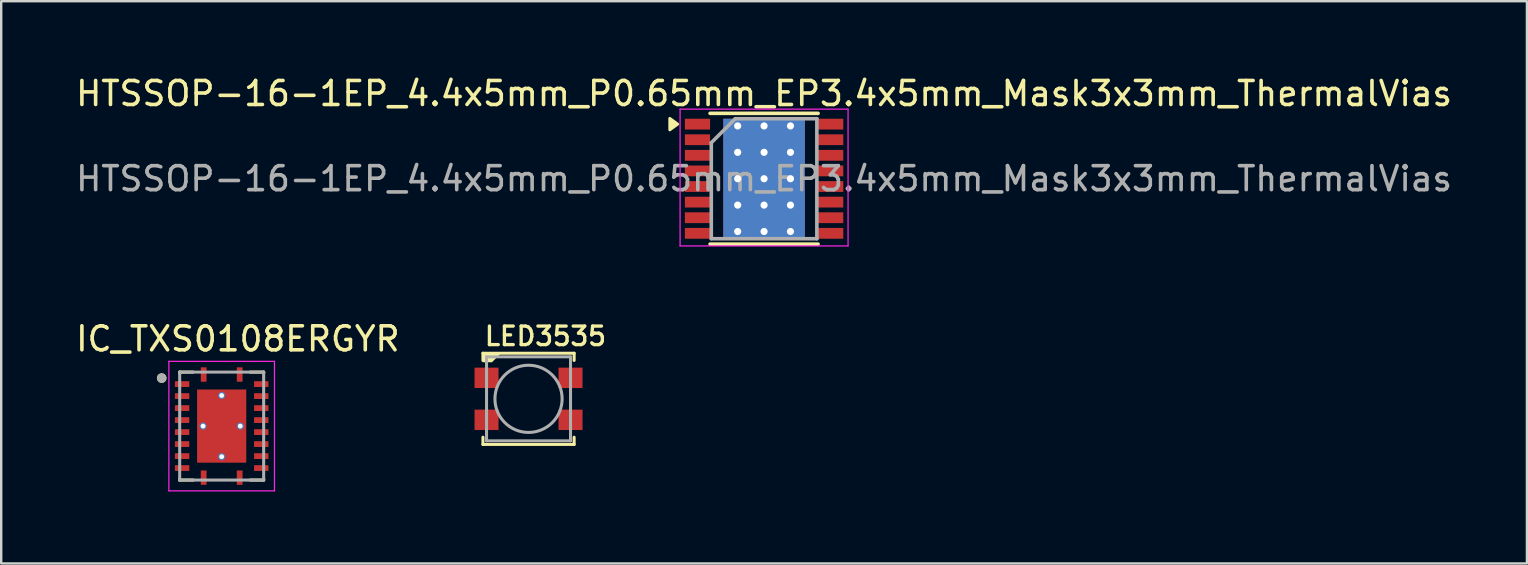
<source format=kicad_pcb>
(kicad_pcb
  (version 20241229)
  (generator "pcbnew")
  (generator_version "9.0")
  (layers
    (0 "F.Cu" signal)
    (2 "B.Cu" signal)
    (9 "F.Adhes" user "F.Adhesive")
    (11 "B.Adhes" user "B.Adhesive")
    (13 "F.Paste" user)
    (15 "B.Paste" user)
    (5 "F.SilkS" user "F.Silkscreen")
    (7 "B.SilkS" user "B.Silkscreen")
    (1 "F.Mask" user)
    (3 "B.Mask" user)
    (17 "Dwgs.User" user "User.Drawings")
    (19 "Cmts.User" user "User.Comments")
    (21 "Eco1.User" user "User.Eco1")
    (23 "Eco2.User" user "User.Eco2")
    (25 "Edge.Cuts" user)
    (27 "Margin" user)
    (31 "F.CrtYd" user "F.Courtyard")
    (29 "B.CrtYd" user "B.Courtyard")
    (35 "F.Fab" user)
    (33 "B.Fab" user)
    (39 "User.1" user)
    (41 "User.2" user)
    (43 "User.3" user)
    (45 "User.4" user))
  (footprint "HTSSOP-16-1EP_4.4x5mm_P0.65mm_EP3.4x5mm_Mask3x3mm_ThermalVias"
    (layer "F.Cu")
    (at 28.792 4.398)
    (property "Reference" "HTSSOP-16-1EP_4.4x5mm_P0.65mm_EP3.4x5mm_Mask3x3mm_ThermalVias" (at 0 -3.55 0) (layer "F.SilkS") (effects (font (size 1 1) (thickness 0.15))))
    (attr smd)
    (fp_line (start -2.25 -2.725) (end 2.25 -2.725) (stroke (width 0.15) (type solid)) (layer "F.SilkS"))
    (fp_line (start -2.25 2.725) (end 2.25 2.725) (stroke (width 0.15) (type solid)) (layer "F.SilkS"))
    (fp_poly (pts (xy -3.6 -2.275) (xy -3.93 -2.515) (xy -3.93 -2.035) (xy -3.6 -2.275)) (stroke (width 0.12) (type solid)) (fill yes) (layer "F.SilkS"))
    (fp_line (start -3.5 -2.9) (end -3.5 2.8) (stroke (width 0.05) (type solid)) (layer "F.CrtYd"))
    (fp_line (start -3.5 -2.9) (end 3.5 -2.9) (stroke (width 0.05) (type solid)) (layer "F.CrtYd"))
    (fp_line (start -3.5 2.8) (end 3.5 2.8) (stroke (width 0.05) (type solid)) (layer "F.CrtYd"))
    (fp_line (start 3.5 -2.9) (end 3.5 2.8) (stroke (width 0.05) (type solid)) (layer "F.CrtYd"))
    (fp_line (start -2.2 -1.5) (end -1.2 -2.5) (stroke (width 0.15) (type solid)) (layer "F.Fab"))
    (fp_line (start -2.2 2.5) (end -2.2 -1.5) (stroke (width 0.15) (type solid)) (layer "F.Fab"))
    (fp_line (start -1.2 -2.5) (end 2.2 -2.5) (stroke (width 0.15) (type solid)) (layer "F.Fab"))
    (fp_line (start 2.2 -2.5) (end 2.2 2.5) (stroke (width 0.15) (type solid)) (layer "F.Fab"))
    (fp_line (start 2.2 2.5) (end -2.2 2.5) (stroke (width 0.15) (type solid)) (layer "F.Fab"))
    (fp_text user "${REFERENCE}" (at 0 0 0) (layer "F.Fab") (effects (font (size 1 1) (thickness 0.15))))
    (pad "" smd rect (at -1.325 -0.55 90) (size 0.8 0.25) (layers "F.Paste"))
    (pad "" smd rect (at -1.325 0.55 90) (size 0.8 0.25) (layers "F.Paste"))
    (pad "" smd rect (at -0.55 -1.325) (size 0.8 0.25) (layers "F.Paste"))
    (pad "" smd rect (at -0.55 -0.55) (size 0.85 0.8) (layers "F.Paste"))
    (pad "" smd rect (at -0.55 0.55) (size 0.85 0.85) (layers "F.Paste"))
    (pad "" smd rect (at -0.55 1.325) (size 0.8 0.25) (layers "F.Paste"))
    (pad "" smd rect (at 0 0) (size 3 3) (layers "F.Mask"))
    (pad "" smd rect (at 0.55 -1.325) (size 0.8 0.25) (layers "F.Paste"))
    (pad "" smd rect (at 0.55 -0.55) (size 0.85 0.85) (layers "F.Paste"))
    (pad "" smd rect (at 0.55 0.55) (size 0.85 0.85) (layers "F.Paste"))
    (pad "" smd rect (at 0.55 1.325) (size 0.8 0.25) (layers "F.Paste"))
    (pad "" smd rect (at 1.325 -0.55 90) (size 0.8 0.25) (layers "F.Paste"))
    (pad "" smd rect (at 1.325 0.55 90) (size 0.8 0.25) (layers "F.Paste"))
    (pad "1" smd rect (at -2.775 -2.275) (size 1.05 0.45) (layers "F.Cu" "F.Mask" "F.Paste"))
    (pad "2" smd rect (at -2.775 -1.625) (size 1.05 0.45) (layers "F.Cu" "F.Mask" "F.Paste"))
    (pad "3" smd rect (at -2.775 -0.975) (size 1.05 0.45) (layers "F.Cu" "F.Mask" "F.Paste"))
    (pad "4" smd rect (at -2.775 -0.325) (size 1.05 0.45) (layers "F.Cu" "F.Mask" "F.Paste"))
    (pad "5" smd rect (at -2.775 0.325) (size 1.05 0.45) (layers "F.Cu" "F.Mask" "F.Paste"))
    (pad "6" smd rect (at -2.775 0.975) (size 1.05 0.45) (layers "F.Cu" "F.Mask" "F.Paste"))
    (pad "7" smd rect (at -2.775 1.625) (size 1.05 0.45) (layers "F.Cu" "F.Mask" "F.Paste"))
    (pad "8" smd rect (at -2.775 2.275) (size 1.05 0.45) (layers "F.Cu" "F.Mask" "F.Paste"))
    (pad "9" smd rect (at 2.775 2.275) (size 1.05 0.45) (layers "F.Cu" "F.Mask" "F.Paste"))
    (pad "10" smd rect (at 2.775 1.625) (size 1.05 0.45) (layers "F.Cu" "F.Mask" "F.Paste"))
    (pad "11" smd rect (at 2.775 0.975) (size 1.05 0.45) (layers "F.Cu" "F.Mask" "F.Paste"))
    (pad "12" smd rect (at 2.775 0.325) (size 1.05 0.45) (layers "F.Cu" "F.Mask" "F.Paste"))
    (pad "13" smd rect (at 2.775 -0.325) (size 1.05 0.45) (layers "F.Cu" "F.Mask" "F.Paste"))
    (pad "14" smd rect (at 2.775 -0.975) (size 1.05 0.45) (layers "F.Cu" "F.Mask" "F.Paste"))
    (pad "15" smd rect (at 2.775 -1.625) (size 1.05 0.45) (layers "F.Cu" "F.Mask" "F.Paste"))
    (pad "16" smd rect (at 2.775 -2.275) (size 1.05 0.45) (layers "F.Cu" "F.Mask" "F.Paste"))
    (pad "17" thru_hole circle (at -1.1 -2.2) (size 0.6 0.6) (drill 0.3) (property pad_prop_heatsink) (layers "*.Cu"))
    (pad "17" thru_hole circle (at -1.1 -1.1) (size 0.6 0.6) (drill 0.3) (property pad_prop_heatsink) (layers "*.Cu"))
    (pad "17" thru_hole circle (at -1.1 0) (size 0.6 0.6) (drill 0.3) (property pad_prop_heatsink) (layers "*.Cu"))
    (pad "17" thru_hole circle (at -1.1 1.1) (size 0.6 0.6) (drill 0.3) (property pad_prop_heatsink) (layers "*.Cu"))
    (pad "17" thru_hole circle (at -1.1 2.2) (size 0.6 0.6) (drill 0.3) (property pad_prop_heatsink) (layers "*.Cu"))
    (pad "17" thru_hole circle (at 0 -2.2) (size 0.6 0.6) (drill 0.3) (property pad_prop_heatsink) (layers "*.Cu"))
    (pad "17" thru_hole circle (at 0 -1.1) (size 0.6 0.6) (drill 0.3) (property pad_prop_heatsink) (layers "*.Cu"))
    (pad "17" thru_hole circle (at 0 0) (size 0.6 0.6) (drill 0.3) (property pad_prop_heatsink) (layers "*.Cu"))
    (pad "17" smd rect (at 0 0) (size 3.4 5) (layers "F.Cu"))
    (pad "17" smd rect (at 0 0) (size 3.4 5) (layers "B.Cu"))
    (pad "17" thru_hole circle (at 0 1.1) (size 0.6 0.6) (drill 0.3) (property pad_prop_heatsink) (layers "*.Cu"))
    (pad "17" thru_hole circle (at 0 2.2) (size 0.6 0.6) (drill 0.3) (property pad_prop_heatsink) (layers "*.Cu"))
    (pad "17" thru_hole circle (at 1.1 -2.2) (size 0.6 0.6) (drill 0.3) (property pad_prop_heatsink) (layers "*.Cu"))
    (pad "17" thru_hole circle (at 1.1 -1.1) (size 0.6 0.6) (drill 0.3) (property pad_prop_heatsink) (layers "*.Cu"))
    (pad "17" thru_hole circle (at 1.1 0) (size 0.6 0.6) (drill 0.3) (property pad_prop_heatsink) (layers "*.Cu"))
    (pad "17" thru_hole circle (at 1.1 1.1) (size 0.6 0.6) (drill 0.3) (property pad_prop_heatsink) (layers "*.Cu"))
    (pad "17" thru_hole circle (at 1.1 2.2) (size 0.6 0.6) (drill 0.3) (property pad_prop_heatsink) (layers "*.Cu")))
  (footprint "LED3535"
    (layer "F.Cu")
    (at 18.976 13.571)
    (property "Reference" "LED3535" (at -1.905 -2.159 0) (layer "F.SilkS") (effects (font (size 0.772 0.772) (thickness 0.139)) (justify left bottom)))
    (attr through_hole)
    (fp_line (start -1.9 -1.9) (end 1.9 -1.9) (stroke (width 0.127) (type solid)) (layer "F.SilkS"))
    (fp_line (start -1.9 -1.6) (end -1.9 -1.9) (stroke (width 0.127) (type solid)) (layer "F.SilkS"))
    (fp_line (start -1.9 1.6) (end -1.9 1.9) (stroke (width 0.127) (type solid)) (layer "F.SilkS"))
    (fp_line (start -1.9 1.9) (end 1.9 1.9) (stroke (width 0.127) (type solid)) (layer "F.SilkS"))
    (fp_line (start 1.9 -1.9) (end 1.9 -1.6) (stroke (width 0.127) (type solid)) (layer "F.SilkS"))
    (fp_line (start 1.9 1.9) (end 1.9 1.6) (stroke (width 0.127) (type solid)) (layer "F.SilkS"))
    (fp_poly (pts (xy -1.905 -1.905) (xy -1.905 -1.524) (xy -1.524 -1.524) (xy -1.143 -1.905)) (stroke (width 0) (type solid)) (fill yes) (layer "F.SilkS"))
    (fp_line (start -1.75 1.75) (end -1.75 -1.75) (stroke (width 0.127) (type solid)) (layer "F.Fab"))
    (fp_line (start -1.75 -1.75) (end 1.75 -1.75) (stroke (width 0.127) (type solid)) (layer "F.Fab"))
    (fp_line (start 1.75 1.75) (end -1.75 1.75) (stroke (width 0.127) (type solid)) (layer "F.Fab"))
    (fp_line (start 1.75 -1.75) (end 1.75 1.75) (stroke (width 0.127) (type solid)) (layer "F.Fab"))
    (fp_circle (center 0 0) (end 1.4 0) (stroke (width 0.127) (type solid)) (fill no) (layer "F.Fab"))
    (pad "1" smd rect (at -1.75 -0.875 90) (size 0.85 1) (layers "F.Cu" "F.Mask" "F.Paste"))
    (pad "2" smd rect (at -1.75 0.875 90) (size 0.85 1) (layers "F.Cu" "F.Mask" "F.Paste"))
    (pad "3" smd rect (at 1.75 0.875 90) (size 0.85 1) (layers "F.Cu" "F.Mask" "F.Paste"))
    (pad "4" smd rect (at 1.75 -0.875 90) (size 0.85 1) (layers "F.Cu" "F.Mask" "F.Paste")))
  (footprint "IC_TXS0108ERGYR"
    (layer "F.Cu")
    (at 6.188 14.707)
    (property "Reference" "IC_TXS0108ERGYR" (at 0.675 -3.635 0) (layer "F.SilkS") (effects (font (size 1 1) (thickness 0.15))))
    (attr smd)
    (fp_line (start -1.75 -2.25) (end -1.75 -2.2) (stroke (width 0.127) (type solid)) (layer "F.SilkS"))
    (fp_line (start -1.75 -2.25) (end -1.19 -2.25) (stroke (width 0.127) (type solid)) (layer "F.SilkS"))
    (fp_line (start -1.75 2.25) (end -1.75 2.2) (stroke (width 0.127) (type solid)) (layer "F.SilkS"))
    (fp_line (start -1.75 2.25) (end -1.19 2.25) (stroke (width 0.127) (type solid)) (layer "F.SilkS"))
    (fp_line (start 1.75 -2.25) (end 1.19 -2.25) (stroke (width 0.127) (type solid)) (layer "F.SilkS"))
    (fp_line (start 1.75 -2.25) (end 1.75 -2.2) (stroke (width 0.127) (type solid)) (layer "F.SilkS"))
    (fp_line (start 1.75 2.25) (end 1.19 2.25) (stroke (width 0.127) (type solid)) (layer "F.SilkS"))
    (fp_line (start 1.75 2.25) (end 1.75 2.2) (stroke (width 0.127) (type solid)) (layer "F.SilkS"))
    (fp_circle (center -2.5 -2) (end -2.4 -2) (stroke (width 0.2) (type solid)) (fill no) (layer "F.SilkS"))
    (fp_poly (pts (xy -1.02 -1.435) (xy -0.1 -1.435) (xy -0.1 -0.105) (xy -1.02 -0.105)) (stroke (width 0.01) (type solid)) (fill yes) (layer "F.Paste"))
    (fp_poly (pts (xy -1.02 0.105) (xy -0.1 0.105) (xy -0.1 1.435) (xy -1.02 1.435)) (stroke (width 0.01) (type solid)) (fill yes) (layer "F.Paste"))
    (fp_poly (pts (xy 0.1 -1.435) (xy 1.02 -1.435) (xy 1.02 -0.105) (xy 0.1 -0.105)) (stroke (width 0.01) (type solid)) (fill yes) (layer "F.Paste"))
    (fp_poly (pts (xy 0.1 0.105) (xy 1.02 0.105) (xy 1.02 1.435) (xy 0.1 1.435)) (stroke (width 0.01) (type solid)) (fill yes) (layer "F.Paste"))
    (fp_line (start -2.2 -2.7) (end 2.2 -2.7) (stroke (width 0.05) (type solid)) (layer "F.CrtYd"))
    (fp_line (start -2.2 2.7) (end -2.2 -2.7) (stroke (width 0.05) (type solid)) (layer "F.CrtYd"))
    (fp_line (start -2.2 2.7) (end 2.2 2.7) (stroke (width 0.05) (type solid)) (layer "F.CrtYd"))
    (fp_line (start 2.2 2.7) (end 2.2 -2.7) (stroke (width 0.05) (type solid)) (layer "F.CrtYd"))
    (fp_line (start -1.75 2.25) (end -1.75 -2.25) (stroke (width 0.127) (type solid)) (layer "F.Fab"))
    (fp_line (start 1.75 -2.25) (end -1.75 -2.25) (stroke (width 0.127) (type solid)) (layer "F.Fab"))
    (fp_line (start 1.75 2.25) (end -1.75 2.25) (stroke (width 0.127) (type solid)) (layer "F.Fab"))
    (fp_line (start 1.75 2.25) (end 1.75 -2.25) (stroke (width 0.127) (type solid)) (layer "F.Fab"))
    (fp_circle (center -2.5 -2) (end -2.4 -2) (stroke (width 0.2) (type solid)) (fill no) (layer "F.Fab"))
    (pad "1" smd roundrect (at -0.75 -2.15 90) (size 0.6 0.24) (layers "F.Cu" "F.Mask" "F.Paste") (roundrect_rratio 0.05))
    (pad "2" smd roundrect (at -1.65 -1.75) (size 0.6 0.24) (layers "F.Cu" "F.Mask" "F.Paste") (roundrect_rratio 0.05))
    (pad "3" smd roundrect (at -1.65 -1.25) (size 0.6 0.24) (layers "F.Cu" "F.Mask" "F.Paste") (roundrect_rratio 0.05))
    (pad "4" smd roundrect (at -1.65 -0.75) (size 0.6 0.24) (layers "F.Cu" "F.Mask" "F.Paste") (roundrect_rratio 0.05))
    (pad "5" smd roundrect (at -1.65 -0.25) (size 0.6 0.24) (layers "F.Cu" "F.Mask" "F.Paste") (roundrect_rratio 0.05))
    (pad "6" smd roundrect (at -1.65 0.25) (size 0.6 0.24) (layers "F.Cu" "F.Mask" "F.Paste") (roundrect_rratio 0.05))
    (pad "7" smd roundrect (at -1.65 0.75) (size 0.6 0.24) (layers "F.Cu" "F.Mask" "F.Paste") (roundrect_rratio 0.05))
    (pad "8" smd roundrect (at -1.65 1.25) (size 0.6 0.24) (layers "F.Cu" "F.Mask" "F.Paste") (roundrect_rratio 0.05))
    (pad "9" smd roundrect (at -1.65 1.75) (size 0.6 0.24) (layers "F.Cu" "F.Mask" "F.Paste") (roundrect_rratio 0.05))
    (pad "10" smd roundrect (at -0.75 2.15 90) (size 0.6 0.24) (layers "F.Cu" "F.Mask" "F.Paste") (roundrect_rratio 0.05))
    (pad "11" smd roundrect (at 0.75 2.15 90) (size 0.6 0.24) (layers "F.Cu" "F.Mask" "F.Paste") (roundrect_rratio 0.05))
    (pad "12" smd roundrect (at 1.65 1.75) (size 0.6 0.24) (layers "F.Cu" "F.Mask" "F.Paste") (roundrect_rratio 0.05))
    (pad "13" smd roundrect (at 1.65 1.25) (size 0.6 0.24) (layers "F.Cu" "F.Mask" "F.Paste") (roundrect_rratio 0.05))
    (pad "14" smd roundrect (at 1.65 0.75) (size 0.6 0.24) (layers "F.Cu" "F.Mask" "F.Paste") (roundrect_rratio 0.05))
    (pad "15" smd roundrect (at 1.65 0.25) (size 0.6 0.24) (layers "F.Cu" "F.Mask" "F.Paste") (roundrect_rratio 0.05))
    (pad "16" smd roundrect (at 1.65 -0.25) (size 0.6 0.24) (layers "F.Cu" "F.Mask" "F.Paste") (roundrect_rratio 0.05))
    (pad "17" smd roundrect (at 1.65 -0.75) (size 0.6 0.24) (layers "F.Cu" "F.Mask" "F.Paste") (roundrect_rratio 0.05))
    (pad "18" smd roundrect (at 1.65 -1.25) (size 0.6 0.24) (layers "F.Cu" "F.Mask" "F.Paste") (roundrect_rratio 0.05))
    (pad "19" smd roundrect (at 1.65 -1.75) (size 0.6 0.24) (layers "F.Cu" "F.Mask" "F.Paste") (roundrect_rratio 0.05))
    (pad "20" smd roundrect (at 0.75 -2.15 90) (size 0.6 0.24) (layers "F.Cu" "F.Mask" "F.Paste") (roundrect_rratio 0.05))
    (pad "21" smd rect (at 0 0) (size 2.05 3.05) (layers "F.Cu" "F.Mask"))
    (pad "22" thru_hole circle (at 0 -1.275) (size 0.3 0.3) (drill 0.2) (layers "*.Cu"))
    (pad "23" thru_hole circle (at -0.775 0) (size 0.3 0.3) (drill 0.2) (layers "*.Cu"))
    (pad "24" thru_hole circle (at 0.775 0) (size 0.3 0.3) (drill 0.2) (layers "*.Cu"))
    (pad "25" thru_hole circle (at 0 1.275) (size 0.3 0.3) (drill 0.2) (layers "*.Cu")))
  (gr_rect
    (start -3 -3)
    (end 60.583 20.431)
    (stroke (width 0.1) (type default))
    (fill no)
    (layer "Edge.Cuts")))
</source>
